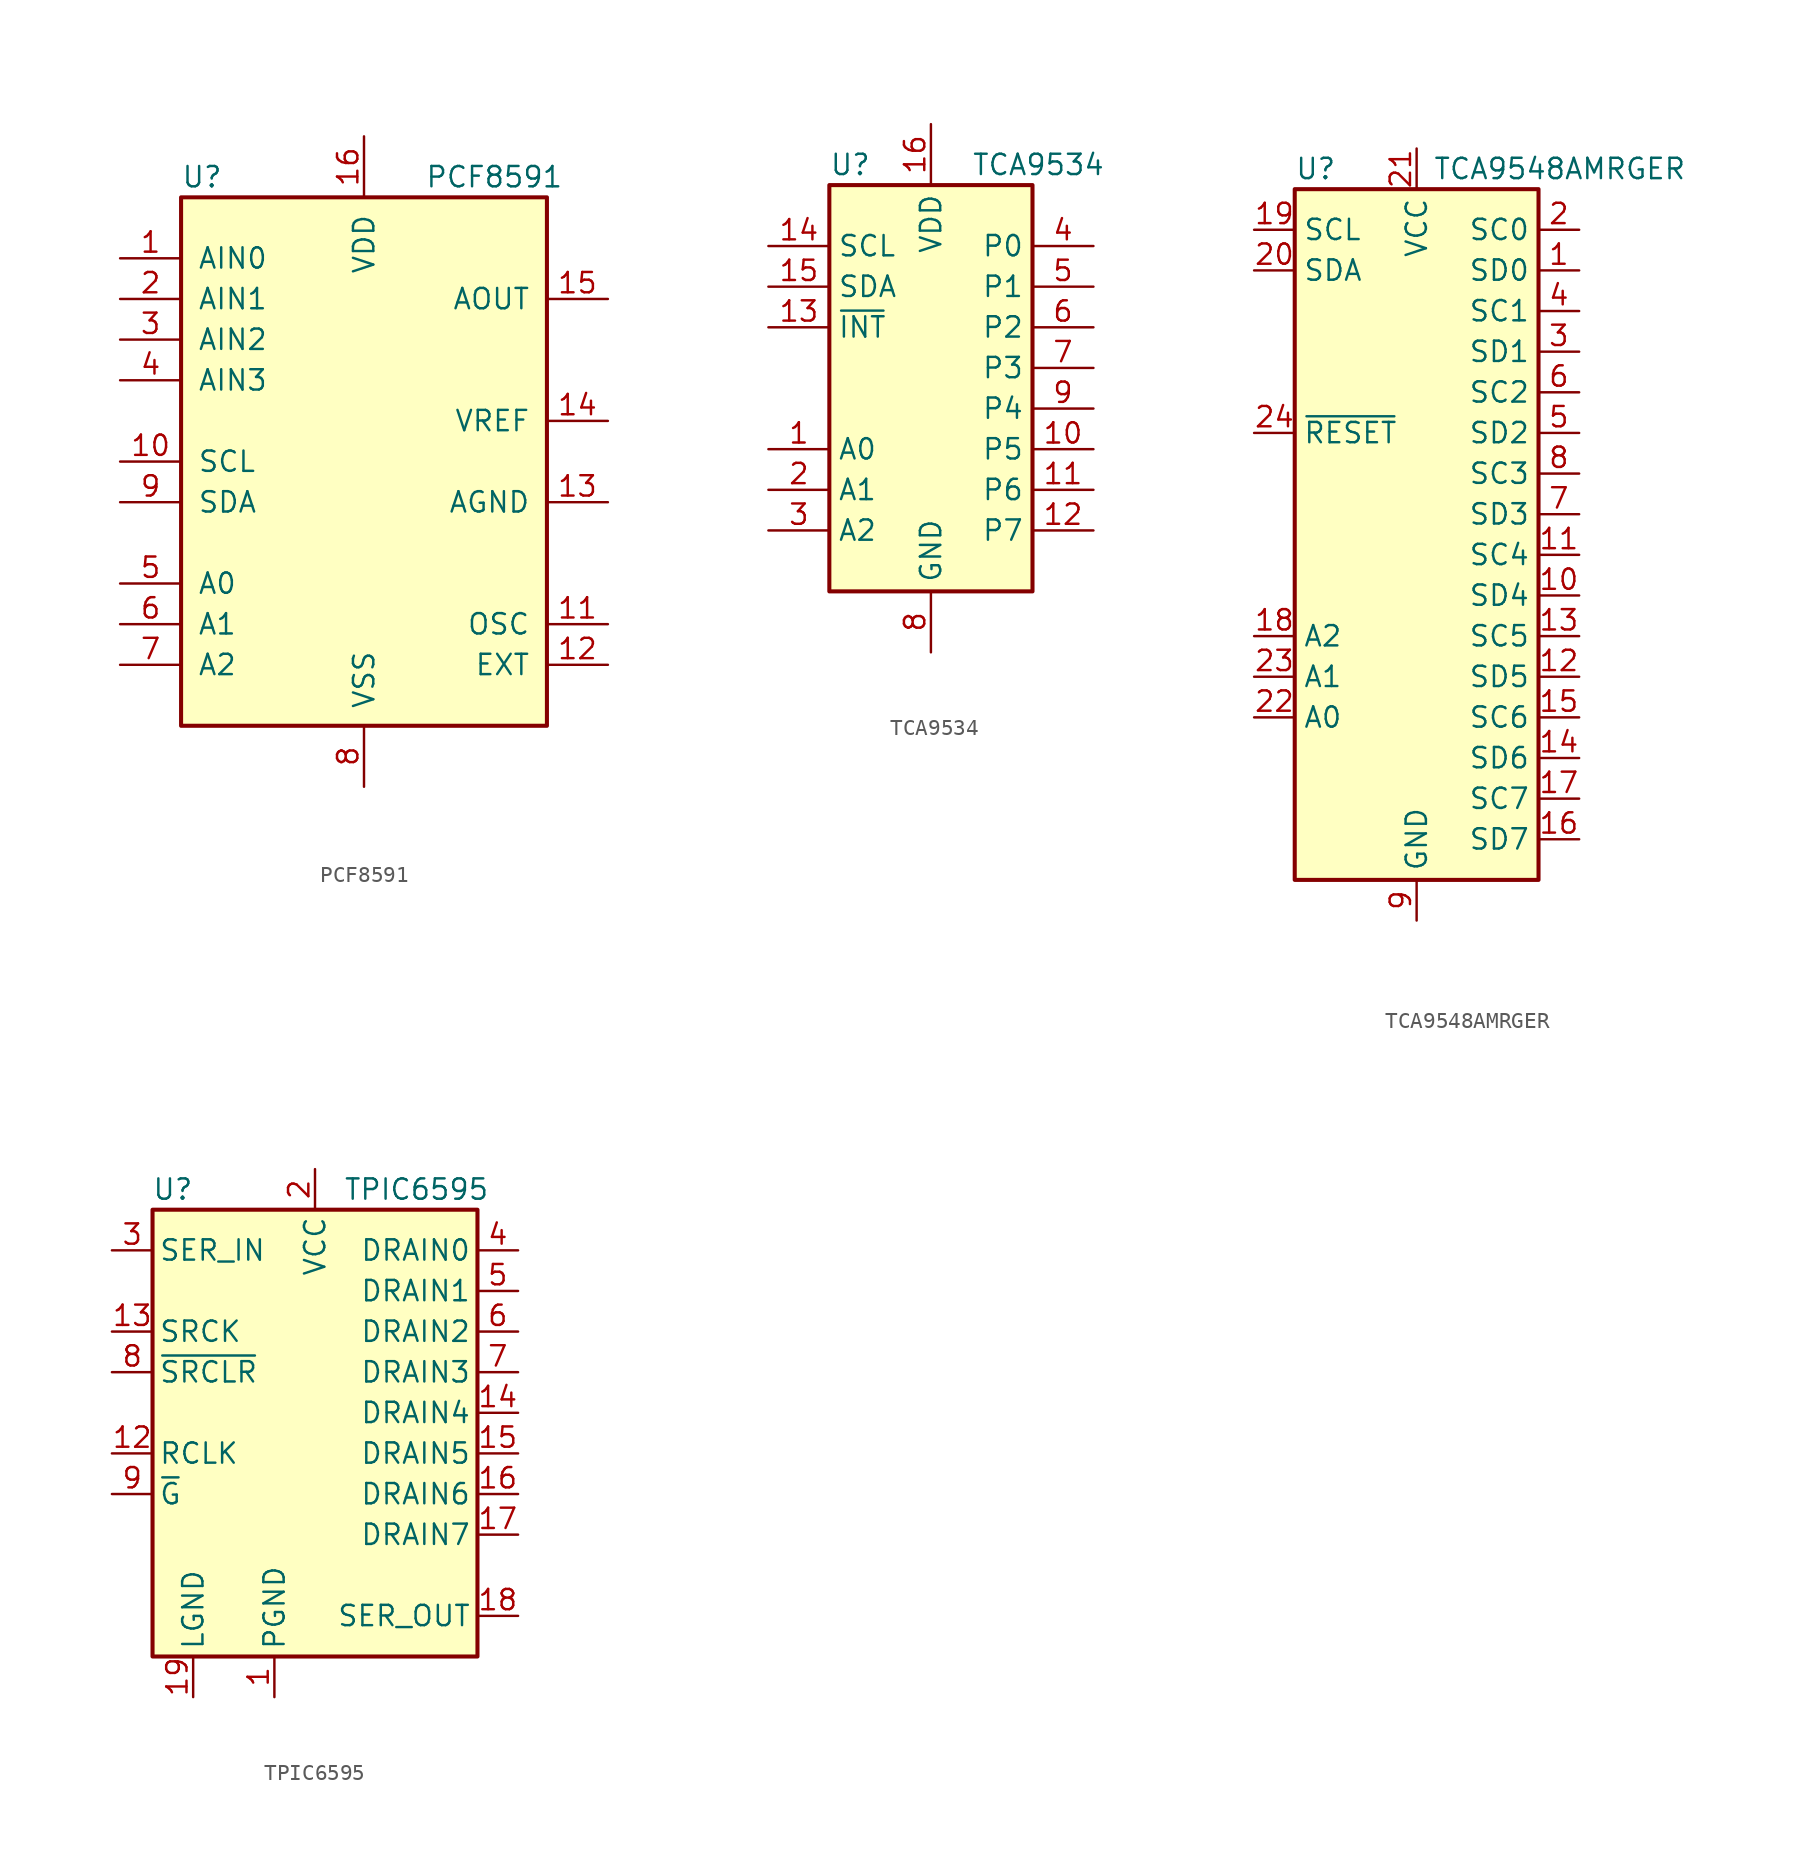
<source format=kicad_sym>
(kicad_symbol_lib
  (version 20200908)
  (generator kicad_symbol_editor)
  (symbol "Interface_Expansion:PCF8591"
    (pin_names
      (offset 1.016))
    (property "Reference" "U"
      (at -11.43 17.78 0)
      (effects (font (size 1.27 1.27)) (justify left)))
    (property "Value" "PCF8591"
      (at 3.81 17.78 0)
      (effects (font (size 1.27 1.27)) (justify left)))
    (symbol "PCF8591_0_1"
      (rectangle (start -11.43 -16.51) (end 11.43 16.51) (stroke (width 0.254)) (fill (type background))))
    (symbol "PCF8591_1_1"
      (pin passive line (at -15.24 12.7 0) (length 3.81) (name "AIN0" (effects (font (size 1.27 1.27)))) (number "1" (effects (font (size 1.27 1.27)))))
      (pin input line (at -15.24 0 0) (length 3.81) (name "SCL" (effects (font (size 1.27 1.27)))) (number "10" (effects (font (size 1.27 1.27)))))
      (pin bidirectional line (at 15.24 -10.16 180) (length 3.81) (name "OSC" (effects (font (size 1.27 1.27)))) (number "11" (effects (font (size 1.27 1.27)))))
      (pin input line (at 15.24 -12.7 180) (length 3.81) (name "EXT" (effects (font (size 1.27 1.27)))) (number "12" (effects (font (size 1.27 1.27)))))
      (pin power_out line (at 15.24 -2.54 180) (length 3.81) (name "AGND" (effects (font (size 1.27 1.27)))) (number "13" (effects (font (size 1.27 1.27)))))
      (pin passive line (at 15.24 2.54 180) (length 3.81) (name "VREF" (effects (font (size 1.27 1.27)))) (number "14" (effects (font (size 1.27 1.27)))))
      (pin passive line (at 15.24 10.16 180) (length 3.81) (name "AOUT" (effects (font (size 1.27 1.27)))) (number "15" (effects (font (size 1.27 1.27)))))
      (pin power_in line (at 0 20.32 270) (length 3.81) (name "VDD" (effects (font (size 1.27 1.27)))) (number "16" (effects (font (size 1.27 1.27)))))
      (pin passive line (at -15.24 10.16 0) (length 3.81) (name "AIN1" (effects (font (size 1.27 1.27)))) (number "2" (effects (font (size 1.27 1.27)))))
      (pin passive line (at -15.24 7.62 0) (length 3.81) (name "AIN2" (effects (font (size 1.27 1.27)))) (number "3" (effects (font (size 1.27 1.27)))))
      (pin passive line (at -15.24 5.08 0) (length 3.81) (name "AIN3" (effects (font (size 1.27 1.27)))) (number "4" (effects (font (size 1.27 1.27)))))
      (pin input line (at -15.24 -7.62 0) (length 3.81) (name "A0" (effects (font (size 1.27 1.27)))) (number "5" (effects (font (size 1.27 1.27)))))
      (pin input line (at -15.24 -10.16 0) (length 3.81) (name "A1" (effects (font (size 1.27 1.27)))) (number "6" (effects (font (size 1.27 1.27)))))
      (pin input line (at -15.24 -12.7 0) (length 3.81) (name "A2" (effects (font (size 1.27 1.27)))) (number "7" (effects (font (size 1.27 1.27)))))
      (pin power_in line (at 0 -20.32 90) (length 3.81) (name "VSS" (effects (font (size 1.27 1.27)))) (number "8" (effects (font (size 1.27 1.27)))))
      (pin bidirectional line (at -15.24 -2.54 0) (length 3.81) (name "SDA" (effects (font (size 1.27 1.27)))) (number "9" (effects (font (size 1.27 1.27)))))))
  (symbol "Interface_Expansion:TCA9534"
    (property "Reference" "U"
      (at -6.35 12.7 0)
      (effects (font (size 1.27 1.27)) (justify left)))
    (property "Value" "TCA9534"
      (at 2.54 12.7 0)
      (effects (font (size 1.27 1.27)) (justify left)))
    (symbol "TCA9534_0_1"
      (rectangle (start -6.35 -13.97) (end 6.35 11.43) (stroke (width 0.254)) (fill (type background))))
    (symbol "TCA9534_1_1"
      (pin input line (at -10.16 -5.08 0) (length 3.81) (name "A0" (effects (font (size 1.27 1.27)))) (number "1" (effects (font (size 1.27 1.27)))))
      (pin bidirectional line (at 10.16 -5.08 180) (length 3.81) (name "P5" (effects (font (size 1.27 1.27)))) (number "10" (effects (font (size 1.27 1.27)))))
      (pin bidirectional line (at 10.16 -7.62 180) (length 3.81) (name "P6" (effects (font (size 1.27 1.27)))) (number "11" (effects (font (size 1.27 1.27)))))
      (pin bidirectional line (at 10.16 -10.16 180) (length 3.81) (name "P7" (effects (font (size 1.27 1.27)))) (number "12" (effects (font (size 1.27 1.27)))))
      (pin open_collector line (at -10.16 2.54 0) (length 3.81) (name "~INT~" (effects (font (size 1.27 1.27)))) (number "13" (effects (font (size 1.27 1.27)))))
      (pin input line (at -10.16 7.62 0) (length 3.81) (name "SCL" (effects (font (size 1.27 1.27)))) (number "14" (effects (font (size 1.27 1.27)))))
      (pin bidirectional line (at -10.16 5.08 0) (length 3.81) (name "SDA" (effects (font (size 1.27 1.27)))) (number "15" (effects (font (size 1.27 1.27)))))
      (pin power_in line (at 0 15.24 270) (length 3.81) (name "VDD" (effects (font (size 1.27 1.27)))) (number "16" (effects (font (size 1.27 1.27)))))
      (pin input line (at -10.16 -7.62 0) (length 3.81) (name "A1" (effects (font (size 1.27 1.27)))) (number "2" (effects (font (size 1.27 1.27)))))
      (pin input line (at -10.16 -10.16 0) (length 3.81) (name "A2" (effects (font (size 1.27 1.27)))) (number "3" (effects (font (size 1.27 1.27)))))
      (pin bidirectional line (at 10.16 7.62 180) (length 3.81) (name "P0" (effects (font (size 1.27 1.27)))) (number "4" (effects (font (size 1.27 1.27)))))
      (pin bidirectional line (at 10.16 5.08 180) (length 3.81) (name "P1" (effects (font (size 1.27 1.27)))) (number "5" (effects (font (size 1.27 1.27)))))
      (pin bidirectional line (at 10.16 2.54 180) (length 3.81) (name "P2" (effects (font (size 1.27 1.27)))) (number "6" (effects (font (size 1.27 1.27)))))
      (pin bidirectional line (at 10.16 0 180) (length 3.81) (name "P3" (effects (font (size 1.27 1.27)))) (number "7" (effects (font (size 1.27 1.27)))))
      (pin power_in line (at 0 -17.78 90) (length 3.81) (name "GND" (effects (font (size 1.27 1.27)))) (number "8" (effects (font (size 1.27 1.27)))))
      (pin bidirectional line (at 10.16 -2.54 180) (length 3.81) (name "P4" (effects (font (size 1.27 1.27)))) (number "9" (effects (font (size 1.27 1.27)))))))
  (symbol "Interface_Expansion:TCA9548AMRGER"
    (property "Reference" "U"
      (at -7.62 21.59 0)
      (effects (font (size 1.27 1.27)) (justify left)))
    (property "Value" "TCA9548AMRGER"
      (at 1.016 21.59 0)
      (effects (font (size 1.27 1.27)) (justify left)))
    (symbol "TCA9548AMRGER_0_1"
      (rectangle (start -7.62 20.32) (end 7.62 -22.86) (stroke (width 0.254)) (fill (type background))))
    (symbol "TCA9548AMRGER_1_1"
      (pin bidirectional line (at 10.16 15.24 180) (length 2.54) (name "SD0" (effects (font (size 1.27 1.27)))) (number "1" (effects (font (size 1.27 1.27)))))
      (pin bidirectional line (at 10.16 -5.08 180) (length 2.54) (name "SD4" (effects (font (size 1.27 1.27)))) (number "10" (effects (font (size 1.27 1.27)))))
      (pin output line (at 10.16 -2.54 180) (length 2.54) (name "SC4" (effects (font (size 1.27 1.27)))) (number "11" (effects (font (size 1.27 1.27)))))
      (pin bidirectional line (at 10.16 -10.16 180) (length 2.54) (name "SD5" (effects (font (size 1.27 1.27)))) (number "12" (effects (font (size 1.27 1.27)))))
      (pin output line (at 10.16 -7.62 180) (length 2.54) (name "SC5" (effects (font (size 1.27 1.27)))) (number "13" (effects (font (size 1.27 1.27)))))
      (pin bidirectional line (at 10.16 -15.24 180) (length 2.54) (name "SD6" (effects (font (size 1.27 1.27)))) (number "14" (effects (font (size 1.27 1.27)))))
      (pin output line (at 10.16 -12.7 180) (length 2.54) (name "SC6" (effects (font (size 1.27 1.27)))) (number "15" (effects (font (size 1.27 1.27)))))
      (pin bidirectional line (at 10.16 -20.32 180) (length 2.54) (name "SD7" (effects (font (size 1.27 1.27)))) (number "16" (effects (font (size 1.27 1.27)))))
      (pin output line (at 10.16 -17.78 180) (length 2.54) (name "SC7" (effects (font (size 1.27 1.27)))) (number "17" (effects (font (size 1.27 1.27)))))
      (pin input line (at -10.16 -7.62 0) (length 2.54) (name "A2" (effects (font (size 1.27 1.27)))) (number "18" (effects (font (size 1.27 1.27)))))
      (pin input line (at -10.16 17.78 0) (length 2.54) (name "SCL" (effects (font (size 1.27 1.27)))) (number "19" (effects (font (size 1.27 1.27)))))
      (pin output line (at 10.16 17.78 180) (length 2.54) (name "SC0" (effects (font (size 1.27 1.27)))) (number "2" (effects (font (size 1.27 1.27)))))
      (pin bidirectional line (at -10.16 15.24 0) (length 2.54) (name "SDA" (effects (font (size 1.27 1.27)))) (number "20" (effects (font (size 1.27 1.27)))))
      (pin power_in line (at 0 22.86 270) (length 2.54) (name "VCC" (effects (font (size 1.27 1.27)))) (number "21" (effects (font (size 1.27 1.27)))))
      (pin input line (at -10.16 -12.7 0) (length 2.54) (name "A0" (effects (font (size 1.27 1.27)))) (number "22" (effects (font (size 1.27 1.27)))))
      (pin input line (at -10.16 -10.16 0) (length 2.54) (name "A1" (effects (font (size 1.27 1.27)))) (number "23" (effects (font (size 1.27 1.27)))))
      (pin input line (at -10.16 5.08 0) (length 2.54) (name "~RESET" (effects (font (size 1.27 1.27)))) (number "24" (effects (font (size 1.27 1.27)))))
      (pin unconnected line (at -7.62 -15.24 0) (length 2.54) hide (name "1EP" (effects (font (size 1.27 1.27)))) (number "25" (effects (font (size 1.27 1.27)))))
      (pin bidirectional line (at 10.16 10.16 180) (length 2.54) (name "SD1" (effects (font (size 1.27 1.27)))) (number "3" (effects (font (size 1.27 1.27)))))
      (pin output line (at 10.16 12.7 180) (length 2.54) (name "SC1" (effects (font (size 1.27 1.27)))) (number "4" (effects (font (size 1.27 1.27)))))
      (pin bidirectional line (at 10.16 5.08 180) (length 2.54) (name "SD2" (effects (font (size 1.27 1.27)))) (number "5" (effects (font (size 1.27 1.27)))))
      (pin output line (at 10.16 7.62 180) (length 2.54) (name "SC2" (effects (font (size 1.27 1.27)))) (number "6" (effects (font (size 1.27 1.27)))))
      (pin bidirectional line (at 10.16 0 180) (length 2.54) (name "SD3" (effects (font (size 1.27 1.27)))) (number "7" (effects (font (size 1.27 1.27)))))
      (pin output line (at 10.16 2.54 180) (length 2.54) (name "SC3" (effects (font (size 1.27 1.27)))) (number "8" (effects (font (size 1.27 1.27)))))
      (pin power_in line (at 0 -25.4 90) (length 2.54) (name "GND" (effects (font (size 1.27 1.27)))) (number "9" (effects (font (size 1.27 1.27)))))))
  (symbol "Interface_Expansion:TPIC6595"
    (pin_names
      (offset 0.381))
    (property "Reference" "U"
      (at -8.89 13.97 0)
      (effects (font (size 1.27 1.27))))
    (property "Value" "TPIC6595"
      (at 6.35 13.97 0)
      (effects (font (size 1.27 1.27))))
    (symbol "TPIC6595_0_1"
      (rectangle (start -10.16 12.7) (end 10.16 -15.24) (stroke (width 0.254)) (fill (type background))))
    (symbol "TPIC6595_1_1"
      (pin power_in line (at -2.54 -17.78 90) (length 2.54) (name "PGND" (effects (font (size 1.27 1.27)))) (number "1" (effects (font (size 1.27 1.27)))))
      (pin passive line (at -2.54 -17.78 90) (length 2.54) hide (name "PGND" (effects (font (size 1.27 1.27)))) (number "10" (effects (font (size 1.27 1.27)))))
      (pin passive line (at -2.54 -17.78 90) (length 2.54) hide (name "PGND" (effects (font (size 1.27 1.27)))) (number "11" (effects (font (size 1.27 1.27)))))
      (pin input line (at -12.7 -2.54 0) (length 2.54) (name "RCLK" (effects (font (size 1.27 1.27)))) (number "12" (effects (font (size 1.27 1.27)))))
      (pin input line (at -12.7 5.08 0) (length 2.54) (name "SRCK" (effects (font (size 1.27 1.27)))) (number "13" (effects (font (size 1.27 1.27)))))
      (pin open_collector line (at 12.7 0 180) (length 2.54) (name "DRAIN4" (effects (font (size 1.27 1.27)))) (number "14" (effects (font (size 1.27 1.27)))))
      (pin open_collector line (at 12.7 -2.54 180) (length 2.54) (name "DRAIN5" (effects (font (size 1.27 1.27)))) (number "15" (effects (font (size 1.27 1.27)))))
      (pin open_collector line (at 12.7 -5.08 180) (length 2.54) (name "DRAIN6" (effects (font (size 1.27 1.27)))) (number "16" (effects (font (size 1.27 1.27)))))
      (pin open_collector line (at 12.7 -7.62 180) (length 2.54) (name "DRAIN7" (effects (font (size 1.27 1.27)))) (number "17" (effects (font (size 1.27 1.27)))))
      (pin output line (at 12.7 -12.7 180) (length 2.54) (name "SER_OUT" (effects (font (size 1.27 1.27)))) (number "18" (effects (font (size 1.27 1.27)))))
      (pin power_in line (at -7.62 -17.78 90) (length 2.54) (name "LGND" (effects (font (size 1.27 1.27)))) (number "19" (effects (font (size 1.27 1.27)))))
      (pin power_in line (at 0 15.24 270) (length 2.54) (name "VCC" (effects (font (size 1.27 1.27)))) (number "2" (effects (font (size 1.27 1.27)))))
      (pin passive line (at -2.54 -17.78 90) (length 2.54) hide (name "PGND" (effects (font (size 1.27 1.27)))) (number "20" (effects (font (size 1.27 1.27)))))
      (pin input line (at -12.7 10.16 0) (length 2.54) (name "SER_IN" (effects (font (size 1.27 1.27)))) (number "3" (effects (font (size 1.27 1.27)))))
      (pin open_collector line (at 12.7 10.16 180) (length 2.54) (name "DRAIN0" (effects (font (size 1.27 1.27)))) (number "4" (effects (font (size 1.27 1.27)))))
      (pin open_collector line (at 12.7 7.62 180) (length 2.54) (name "DRAIN1" (effects (font (size 1.27 1.27)))) (number "5" (effects (font (size 1.27 1.27)))))
      (pin open_collector line (at 12.7 5.08 180) (length 2.54) (name "DRAIN2" (effects (font (size 1.27 1.27)))) (number "6" (effects (font (size 1.27 1.27)))))
      (pin open_collector line (at 12.7 2.54 180) (length 2.54) (name "DRAIN3" (effects (font (size 1.27 1.27)))) (number "7" (effects (font (size 1.27 1.27)))))
      (pin input line (at -12.7 2.54 0) (length 2.54) (name "~SRCLR" (effects (font (size 1.27 1.27)))) (number "8" (effects (font (size 1.27 1.27)))))
      (pin input line (at -12.7 -5.08 0) (length 2.54) (name "~G" (effects (font (size 1.27 1.27)))) (number "9" (effects (font (size 1.27 1.27))))))))
</source>
